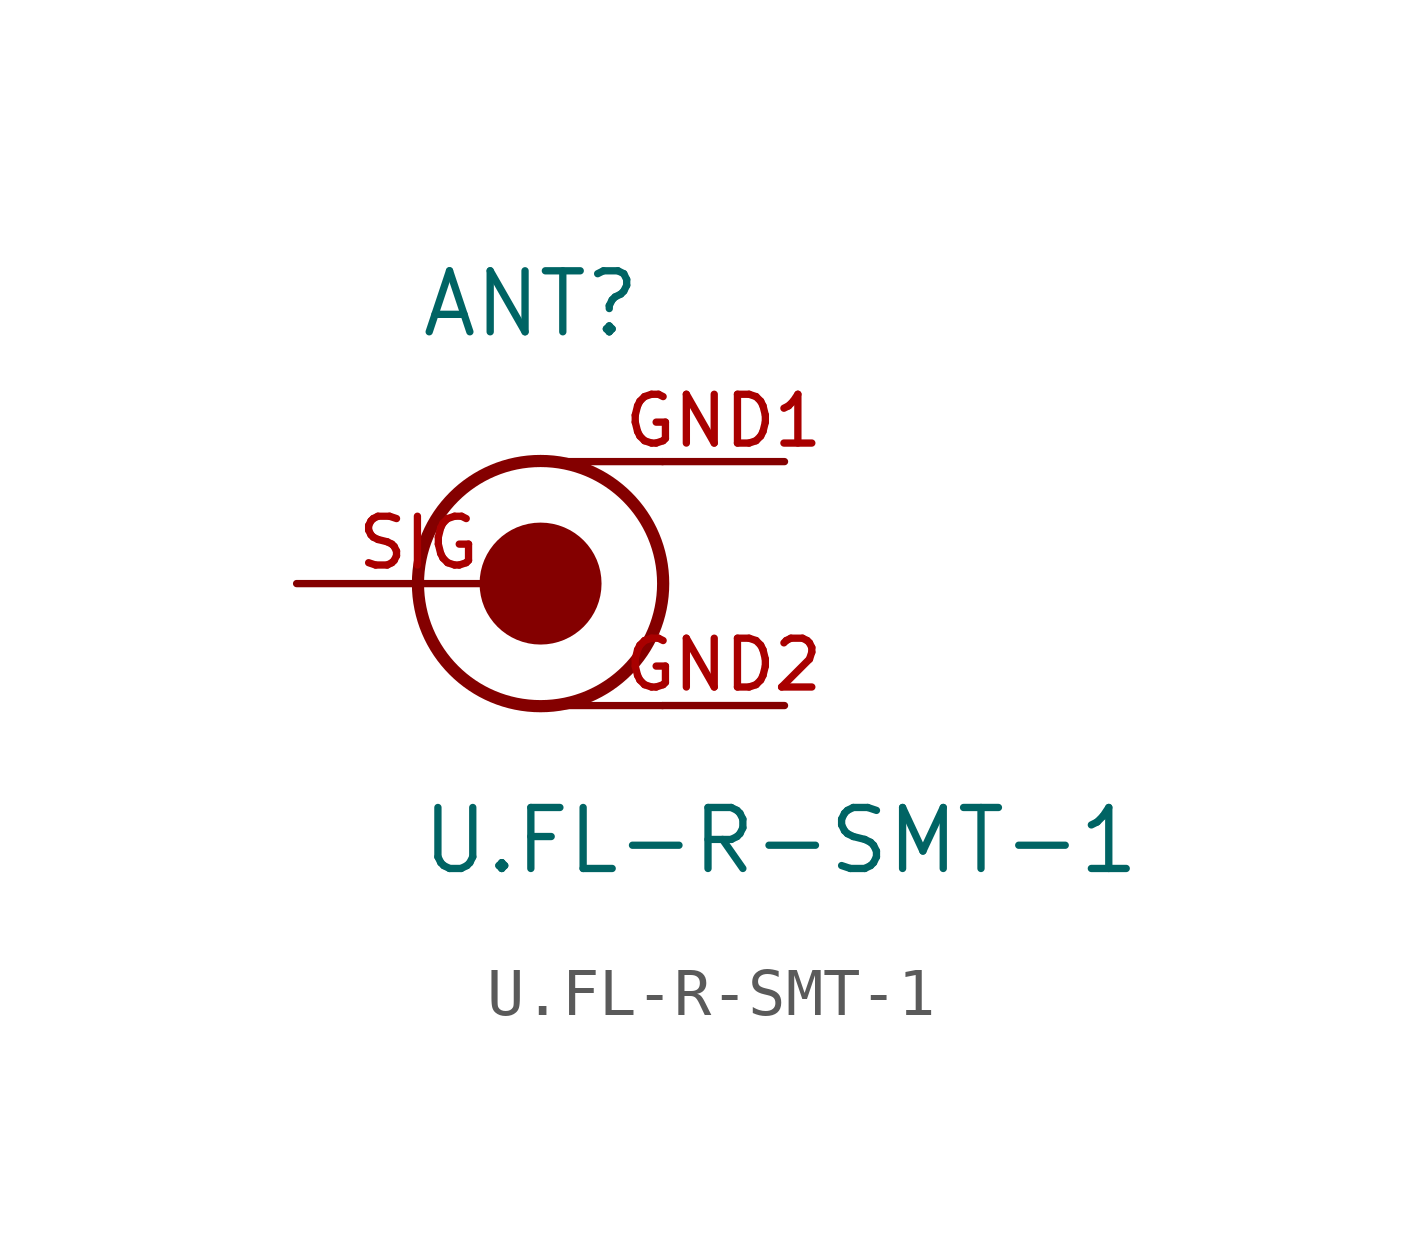
<source format=kicad_sym>
(kicad_symbol_lib
  (version 20211014)
  (generator kicad_symbol_editor)
  (symbol "U.FL-R-SMT-1"
    (pin_names
      (offset 1.016))
    (property "Reference" "ANT"
      (at -2.54 5.08 0)
      (effects (font (size 1.27 1.27)) (justify bottom left)))
    (property "Value" "U.FL-R-SMT-1"
      (at -2.54 -6.096 0)
      (effects (font (size 1.27 1.27)) (justify bottom left)))
    (symbol "U.FL-R-SMT-1_0_0"
      (circle (center 0.0 0.0) (radius 0.635) (stroke (width 1.27)) (fill (type none)))
      (circle (center 0.0 0.0) (radius 2.553) (stroke (width 0.254)) (fill (type none)))
      (polyline (pts (xy 2.54 -2.54) (xy 0.254 -2.54)) (stroke (width 0.152)))
      (polyline (pts (xy 2.54 2.54) (xy 0.254 2.54)) (stroke (width 0.152)))
      (pin bidirectional line (at 5.08 2.54 180.0) (length 2.54) (name "~" (effects (font (size 1.016 1.016)))) (number "GND1" (effects (font (size 1.016 1.016)))))
      (pin bidirectional line (at 5.08 -2.54 180.0) (length 2.54) (name "~" (effects (font (size 1.016 1.016)))) (number "GND2" (effects (font (size 1.016 1.016)))))
      (pin bidirectional line (at -5.08 0.0 0) (length 5.08) (name "~" (effects (font (size 1.016 1.016)))) (number "SIG" (effects (font (size 1.016 1.016))))))))
</source>
